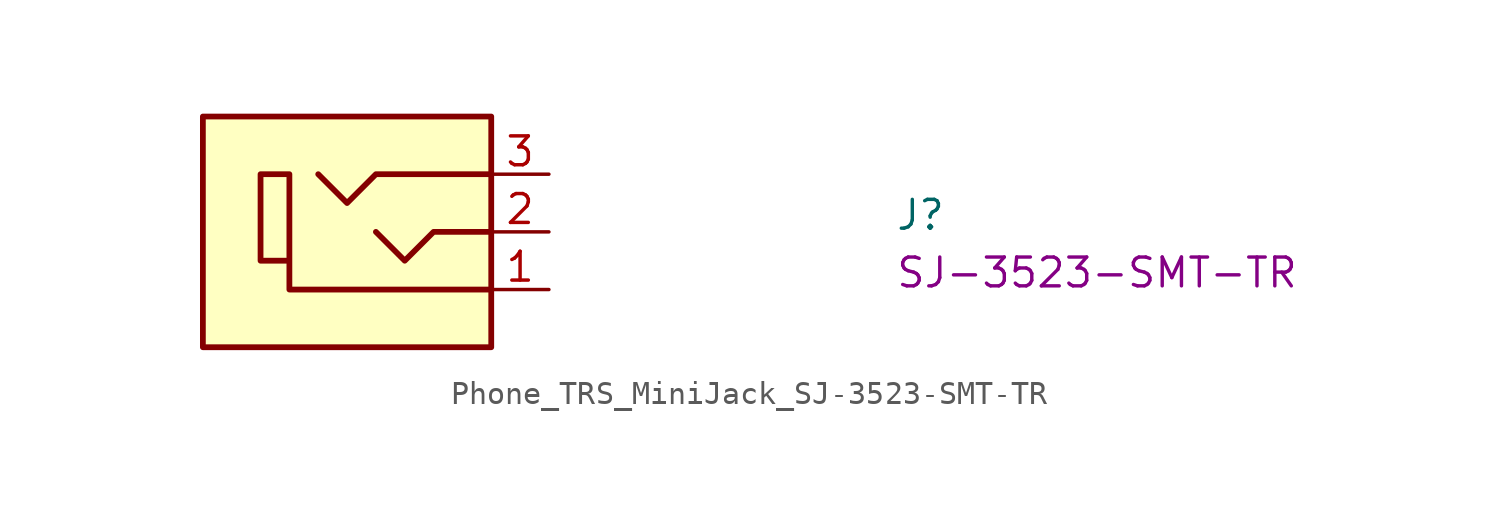
<source format=kicad_sym>
(kicad_symbol_lib
  (version 20220914)
  (generator kicad_symbol_editor)
  (symbol "Phone_TRS_MiniJack_SJ-3523-SMT-TR"
    (pin_names hide)
    (property "Reference" "J"
      (at 15.24 -2.54 0)
      (effects (font (size 1.27 1.27) (thickness 0.15)) (justify left bottom)))
    (property "MPN" "SJ-3523-SMT-TR"
      (at 15.24 -5.08 0)
      (effects (font (size 1.27 1.27) (thickness 0.15)) (justify left bottom)))
    (symbol "Phone_TRS_MiniJack_SJ-3523-SMT-TR_1_1"
      (rectangle (start -2.54 2.54) (end -15.24 -7.62) (stroke (width 0.254) (type default)) (fill (type background)))
      (polyline (pts (xy -2.54 -2.54) (xy -5.08 -2.54) (xy -6.35 -3.81) (xy -7.62 -2.54)) (stroke (width 0.254) (type default)) (fill (type background)))
      (polyline (pts (xy -2.54 0) (xy -7.62 0) (xy -8.89 -1.27) (xy -10.16 0)) (stroke (width 0.254) (type default)) (fill (type background)))
      (polyline (pts (xy -2.54 -5.08) (xy -11.43 -5.08) (xy -11.43 0) (xy -12.7 0) (xy -12.7 -3.81) (xy -11.43 -3.81)) (stroke (width 0.254) (type default)) (fill (type background)))
      (pin passive line (at 0 -5.08 180) (length 2.54) (name "S" (effects (font (size 1.27 1.27)))) (number "1" (effects (font (size 1.27 1.27)))))
      (pin passive line (at 0 -2.54 180) (length 2.54) (name "T" (effects (font (size 1.27 1.27)))) (number "2" (effects (font (size 1.27 1.27)))))
      (pin passive line (at 0 0 180) (length 2.54) (name "R" (effects (font (size 1.27 1.27)))) (number "3" (effects (font (size 1.27 1.27))))))))
</source>
